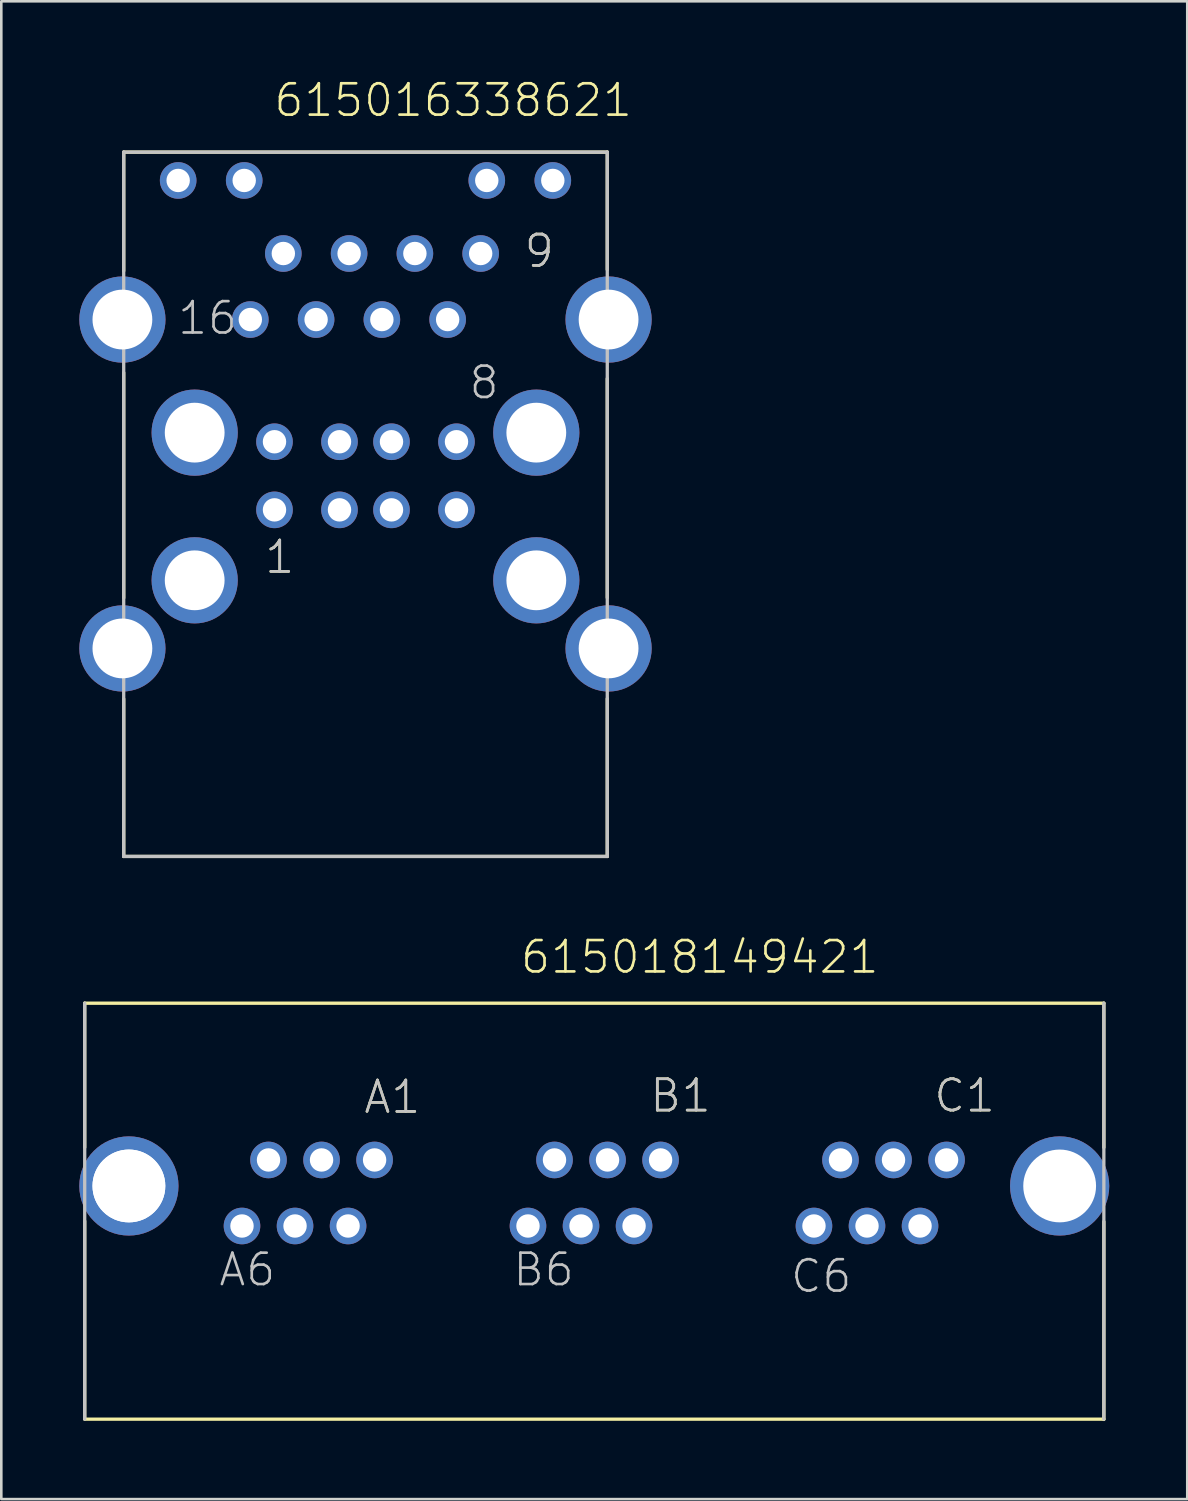
<source format=kicad_pcb>
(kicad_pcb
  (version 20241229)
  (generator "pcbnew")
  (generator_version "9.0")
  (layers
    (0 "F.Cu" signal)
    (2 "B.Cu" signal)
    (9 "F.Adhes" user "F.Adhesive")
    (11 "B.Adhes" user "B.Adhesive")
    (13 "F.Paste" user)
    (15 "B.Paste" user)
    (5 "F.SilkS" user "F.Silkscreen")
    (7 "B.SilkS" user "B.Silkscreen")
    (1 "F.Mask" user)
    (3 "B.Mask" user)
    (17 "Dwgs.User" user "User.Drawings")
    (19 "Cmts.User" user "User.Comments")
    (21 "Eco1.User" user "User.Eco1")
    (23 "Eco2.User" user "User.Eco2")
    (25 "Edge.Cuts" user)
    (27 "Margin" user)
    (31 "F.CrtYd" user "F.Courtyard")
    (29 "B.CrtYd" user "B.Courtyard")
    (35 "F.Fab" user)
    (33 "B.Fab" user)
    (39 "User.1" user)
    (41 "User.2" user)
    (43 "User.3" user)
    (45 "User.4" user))
  (footprint "615016338621"
    (layer "F.Cu")
    (at 11.008 19.271)
    (property "Reference" "615016338621" (at -3.585 -17.76 0) (layer "F.SilkS") (effects (font (size 1.206 1.206) (thickness 0.102)) (justify left bottom)))
    (attr through_hole)
    (fp_line (start -9.3 -16.47) (end 9.3 -16.47) (stroke (width 0.127) (type solid)) (layer "F.SilkS"))
    (fp_line (start -9.3 -11.9) (end -9.3 -16.47) (stroke (width 0.127) (type solid)) (layer "F.SilkS"))
    (fp_line (start -9.3 -7.99) (end -9.3 0.68) (stroke (width 0.127) (type solid)) (layer "F.SilkS"))
    (fp_line (start -9.3 4.56) (end -9.3 10.62) (stroke (width 0.127) (type solid)) (layer "F.SilkS"))
    (fp_line (start -9.3 10.62) (end 9.3 10.62) (stroke (width 0.127) (type solid)) (layer "F.SilkS"))
    (fp_line (start 9.3 -16.47) (end 9.3 -11.95) (stroke (width 0.127) (type solid)) (layer "F.SilkS"))
    (fp_line (start 9.3 -7.76) (end 9.3 0.67) (stroke (width 0.127) (type solid)) (layer "F.SilkS"))
    (fp_line (start 9.3 10.62) (end 9.3 4.55) (stroke (width 0.127) (type solid)) (layer "F.SilkS"))
    (fp_line (start -9.3 -16.47) (end -9.3 10.62) (stroke (width 0.127) (type solid)) (layer "Dwgs.User"))
    (fp_line (start -9.3 10.62) (end 9.3 10.62) (stroke (width 0.127) (type solid)) (layer "Dwgs.User"))
    (fp_line (start 9.3 -16.47) (end -9.3 -16.47) (stroke (width 0.127) (type solid)) (layer "Dwgs.User"))
    (fp_line (start 9.3 10.62) (end 9.3 -16.47) (stroke (width 0.127) (type solid)) (layer "Dwgs.User"))
    (fp_text user "1" (at -3.94 -0.19 0) (layer "F.SilkS") (effects (font (size 1.206 1.206) (thickness 0.102)) (justify left bottom)))
    (fp_text user "9" (at 6.04 -11.96 0) (layer "F.SilkS") (effects (font (size 1.206 1.206) (thickness 0.102)) (justify left bottom)))
    (fp_text user "1" (at -3.94 -0.19 0) (layer "Dwgs.User") (effects (font (size 1.206 1.206) (thickness 0.102)) (justify left bottom)))
    (fp_text user "9" (at 6.04 -11.96 0) (layer "Dwgs.User") (effects (font (size 1.206 1.206) (thickness 0.102)) (justify left bottom)))
    (fp_text user "16" (at -7.29 -9.38 0) (layer "Dwgs.User") (effects (font (size 1.206 1.206) (thickness 0.102)) (justify left bottom)))
    (fp_text user "8" (at 3.92 -6.9 0) (layer "Dwgs.User") (effects (font (size 1.206 1.206) (thickness 0.102)) (justify left bottom)))
    (pad "1" thru_hole circle (at -3.5 -2.71) (size 1.408 1.408) (drill 0.9) (layers "*.Cu" "*.Mask"))
    (pad "2" thru_hole circle (at -1 -2.71) (size 1.408 1.408) (drill 0.9) (layers "*.Cu" "*.Mask"))
    (pad "3" thru_hole circle (at 1 -2.71) (size 1.408 1.408) (drill 0.9) (layers "*.Cu" "*.Mask"))
    (pad "4" thru_hole circle (at 3.5 -2.71) (size 1.408 1.408) (drill 0.9) (layers "*.Cu" "*.Mask"))
    (pad "5" thru_hole circle (at -3.5 -5.33) (size 1.408 1.408) (drill 0.9) (layers "*.Cu" "*.Mask"))
    (pad "6" thru_hole circle (at -1 -5.33) (size 1.408 1.408) (drill 0.9) (layers "*.Cu" "*.Mask"))
    (pad "7" thru_hole circle (at 1 -5.33) (size 1.408 1.408) (drill 0.9) (layers "*.Cu" "*.Mask"))
    (pad "8" thru_hole circle (at 3.5 -5.33) (size 1.408 1.408) (drill 0.9) (layers "*.Cu" "*.Mask"))
    (pad "9" thru_hole circle (at 4.43 -12.57) (size 1.408 1.408) (drill 0.9) (layers "*.Cu" "*.Mask"))
    (pad "10" thru_hole circle (at 3.16 -10.03) (size 1.408 1.408) (drill 0.9) (layers "*.Cu" "*.Mask"))
    (pad "11" thru_hole circle (at 1.9 -12.57) (size 1.408 1.408) (drill 0.9) (layers "*.Cu" "*.Mask"))
    (pad "12" thru_hole circle (at 0.63 -10.03) (size 1.408 1.408) (drill 0.9) (layers "*.Cu" "*.Mask"))
    (pad "13" thru_hole circle (at -0.63 -12.57) (size 1.408 1.408) (drill 0.9) (layers "*.Cu" "*.Mask"))
    (pad "14" thru_hole circle (at -1.9 -10.03) (size 1.408 1.408) (drill 0.9) (layers "*.Cu" "*.Mask"))
    (pad "15" thru_hole circle (at -3.16 -12.57) (size 1.408 1.408) (drill 0.9) (layers "*.Cu" "*.Mask"))
    (pad "16" thru_hole circle (at -4.43 -10.03) (size 1.408 1.408) (drill 0.9) (layers "*.Cu" "*.Mask"))
    (pad "17" thru_hole circle (at -7.205 -15.38) (size 1.408 1.408) (drill 0.9) (layers "*.Cu" "*.Mask"))
    (pad "18" thru_hole circle (at -4.665 -15.38) (size 1.408 1.408) (drill 0.9) (layers "*.Cu" "*.Mask"))
    (pad "19" thru_hole circle (at 4.665 -15.38) (size 1.408 1.408) (drill 0.9) (layers "*.Cu" "*.Mask"))
    (pad "20" thru_hole circle (at 7.205 -15.38) (size 1.408 1.408) (drill 0.9) (layers "*.Cu" "*.Mask"))
    (pad "SHEL" thru_hole circle (at -9.35 -10.03) (size 3.316 3.316) (drill 2.3) (layers "*.Cu" "*.Mask"))
    (pad "SHEL" thru_hole circle (at -9.35 2.62) (size 3.316 3.316) (drill 2.3) (layers "*.Cu" "*.Mask"))
    (pad "SHEL" thru_hole circle (at -6.57 -5.68) (size 3.316 3.316) (drill 2.3) (layers "*.Cu" "*.Mask"))
    (pad "SHEL" thru_hole circle (at -6.57 0) (size 3.316 3.316) (drill 2.3) (layers "*.Cu" "*.Mask"))
    (pad "SHEL" thru_hole circle (at 6.57 -5.68) (size 3.316 3.316) (drill 2.3) (layers "*.Cu" "*.Mask"))
    (pad "SHEL" thru_hole circle (at 6.57 0) (size 3.316 3.316) (drill 2.3) (layers "*.Cu" "*.Mask"))
    (pad "SHEL" thru_hole circle (at 9.35 -10.03) (size 3.316 3.316) (drill 2.3) (layers "*.Cu" "*.Mask"))
    (pad "SHEL" thru_hole circle (at 9.35 2.62) (size 3.316 3.316) (drill 2.3) (layers "*.Cu" "*.Mask")))
  (footprint "615018149421"
    (layer "F.Cu")
    (at 19.808 42.566)
    (property "Reference" "615018149421" (at -2.9 -8.1 0) (layer "F.SilkS") (effects (font (size 1.206 1.206) (thickness 0.102)) (justify left bottom)))
    (attr through_hole)
    (fp_line (start -19.6 -7.03) (end 19.6 -7.03) (stroke (width 0.127) (type solid)) (layer "F.SilkS"))
    (fp_line (start -19.6 -1.48) (end -19.6 -7.03) (stroke (width 0.127) (type solid)) (layer "F.SilkS"))
    (fp_line (start -19.6 1.35) (end -19.6 8.96) (stroke (width 0.127) (type solid)) (layer "F.SilkS"))
    (fp_line (start 19.6 -1.48) (end 19.6 -7.03) (stroke (width 0.127) (type solid)) (layer "F.SilkS"))
    (fp_line (start 19.6 1.37) (end 19.6 8.98) (stroke (width 0.127) (type solid)) (layer "F.SilkS"))
    (fp_line (start 19.6 8.97) (end -19.6 8.97) (stroke (width 0.127) (type solid)) (layer "F.SilkS"))
    (fp_line (start -19.6 8.97) (end -19.6 -7.03) (stroke (width 0.127) (type solid)) (layer "Dwgs.User"))
    (fp_line (start 19.6 -7.03) (end 19.6 8.97) (stroke (width 0.127) (type solid)) (layer "Dwgs.User"))
    (fp_text user "C1" (at 13 -2.765 0) (layer "F.SilkS") (effects (font (size 1.206 1.206) (thickness 0.102)) (justify left bottom)))
    (fp_text user "A1" (at -8.925 -2.715 0) (layer "F.SilkS") (effects (font (size 1.206 1.206) (thickness 0.102)) (justify left bottom)))
    (fp_text user "B1" (at 2.07 -2.765 0) (layer "F.SilkS") (effects (font (size 1.206 1.206) (thickness 0.102)) (justify left bottom)))
    (fp_text user "B1" (at 2.07 -2.765 0) (layer "Dwgs.User") (effects (font (size 1.206 1.206) (thickness 0.102)) (justify left bottom)))
    (fp_text user "B6" (at -3.195 3.925 0) (layer "Dwgs.User") (effects (font (size 1.206 1.206) (thickness 0.102)) (justify left bottom)))
    (fp_text user "C6" (at 7.485 4.175 0) (layer "Dwgs.User") (effects (font (size 1.206 1.206) (thickness 0.102)) (justify left bottom)))
    (fp_text user "A6" (at -14.505 3.925 0) (layer "Dwgs.User") (effects (font (size 1.206 1.206) (thickness 0.102)) (justify left bottom)))
    (fp_text user "A1" (at -8.925 -2.715 0) (layer "Dwgs.User") (effects (font (size 1.206 1.206) (thickness 0.102)) (justify left bottom)))
    (fp_text user "C1" (at 13 -2.765 0) (layer "Dwgs.User") (effects (font (size 1.206 1.206) (thickness 0.102)) (justify left bottom)))
    (pad "" np_thru_hole circle (at -17.9 0) (size 2.8 2.8) (drill 2.8) (layers "*.Cu"))
    (pad "A1" thru_hole circle (at -8.45 -1) (size 1.408 1.408) (drill 0.9) (layers "*.Cu" "*.Mask"))
    (pad "A2" thru_hole circle (at -9.47 1.54) (size 1.408 1.408) (drill 0.9) (layers "*.Cu" "*.Mask"))
    (pad "A3" thru_hole circle (at -10.49 -1) (size 1.408 1.408) (drill 0.9) (layers "*.Cu" "*.Mask"))
    (pad "A4" thru_hole circle (at -11.51 1.54) (size 1.408 1.408) (drill 0.9) (layers "*.Cu" "*.Mask"))
    (pad "A5" thru_hole circle (at -12.53 -1) (size 1.408 1.408) (drill 0.9) (layers "*.Cu" "*.Mask"))
    (pad "A6" thru_hole circle (at -13.55 1.54) (size 1.408 1.408) (drill 0.9) (layers "*.Cu" "*.Mask"))
    (pad "B1" thru_hole circle (at 2.55 -1) (size 1.408 1.408) (drill 0.9) (layers "*.Cu" "*.Mask"))
    (pad "B2" thru_hole circle (at 1.53 1.54) (size 1.408 1.408) (drill 0.9) (layers "*.Cu" "*.Mask"))
    (pad "B3" thru_hole circle (at 0.51 -1) (size 1.408 1.408) (drill 0.9) (layers "*.Cu" "*.Mask"))
    (pad "B4" thru_hole circle (at -0.51 1.54) (size 1.408 1.408) (drill 0.9) (layers "*.Cu" "*.Mask"))
    (pad "B5" thru_hole circle (at -1.53 -1) (size 1.408 1.408) (drill 0.9) (layers "*.Cu" "*.Mask"))
    (pad "B6" thru_hole circle (at -2.55 1.54) (size 1.408 1.408) (drill 0.9) (layers "*.Cu" "*.Mask"))
    (pad "C1" thru_hole circle (at 13.55 -1) (size 1.408 1.408) (drill 0.9) (layers "*.Cu" "*.Mask"))
    (pad "C2" thru_hole circle (at 12.53 1.54) (size 1.408 1.408) (drill 0.9) (layers "*.Cu" "*.Mask"))
    (pad "C3" thru_hole circle (at 11.51 -1) (size 1.408 1.408) (drill 0.9) (layers "*.Cu" "*.Mask"))
    (pad "C4" thru_hole circle (at 10.49 1.54) (size 1.408 1.408) (drill 0.9) (layers "*.Cu" "*.Mask"))
    (pad "C5" thru_hole circle (at 9.47 -1) (size 1.408 1.408) (drill 0.9) (layers "*.Cu" "*.Mask"))
    (pad "C6" thru_hole circle (at 8.45 1.54) (size 1.408 1.408) (drill 0.9) (layers "*.Cu" "*.Mask"))
    (pad "SHEL" thru_hole circle (at -17.9 0) (size 3.816 3.816) (drill 2.8) (layers "*.Cu" "*.Mask"))
    (pad "SHEL" thru_hole circle (at 17.9 0) (size 3.816 3.816) (drill 2.8) (layers "*.Cu" "*.Mask")))
  (gr_rect
    (start -3 -3)
    (end 42.616 54.61)
    (stroke (width 0.1) (type default))
    (fill no)
    (layer "Edge.Cuts")))
</source>
